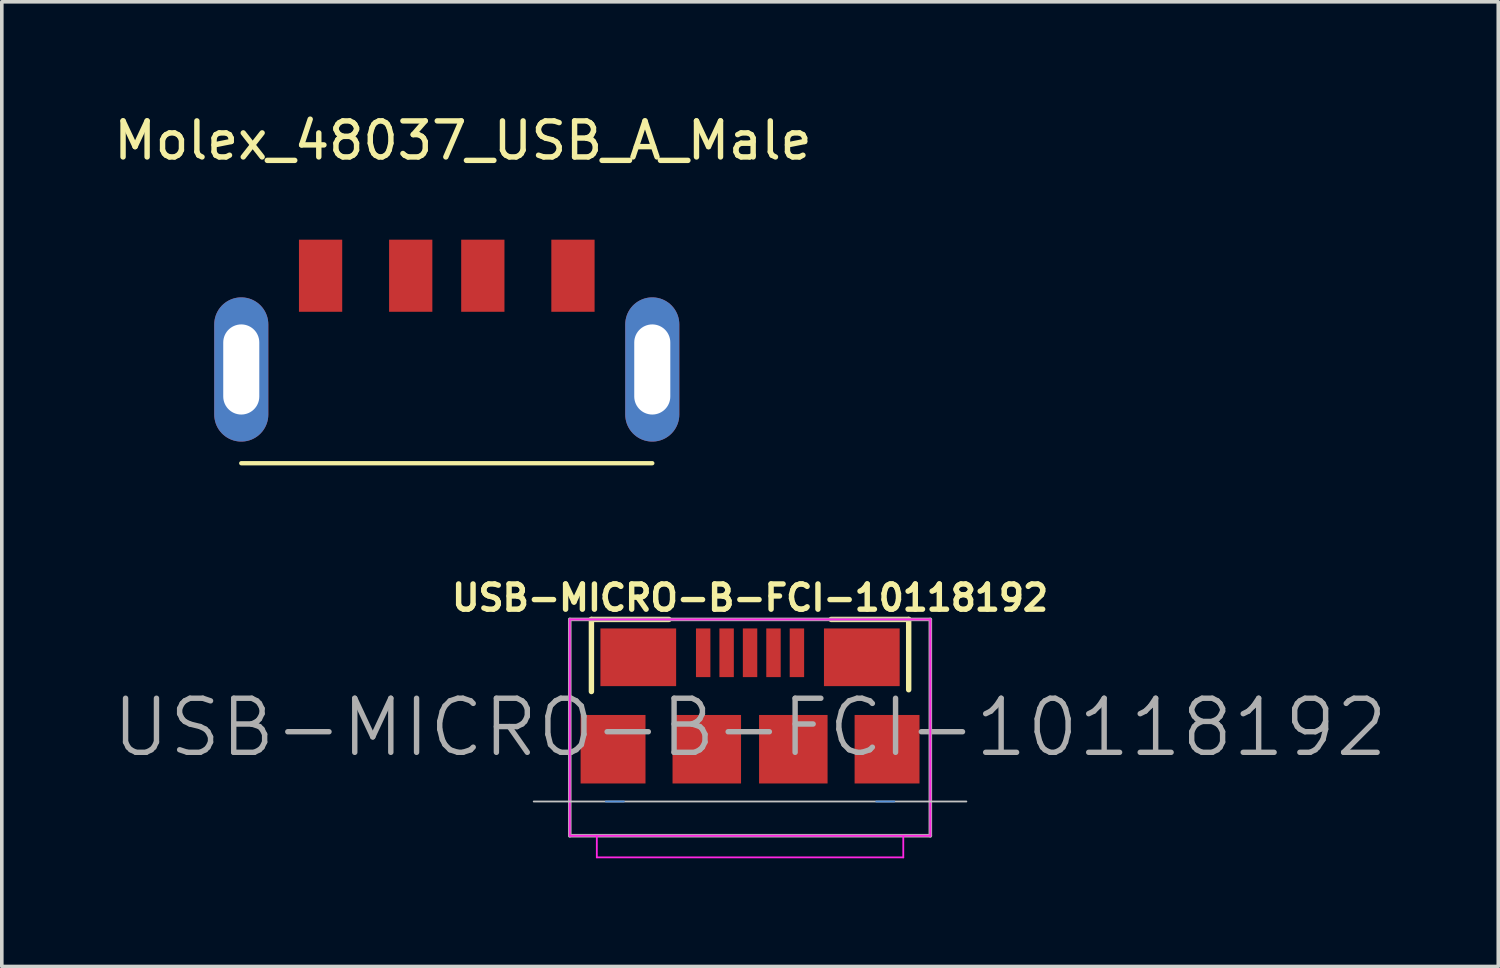
<source format=kicad_pcb>
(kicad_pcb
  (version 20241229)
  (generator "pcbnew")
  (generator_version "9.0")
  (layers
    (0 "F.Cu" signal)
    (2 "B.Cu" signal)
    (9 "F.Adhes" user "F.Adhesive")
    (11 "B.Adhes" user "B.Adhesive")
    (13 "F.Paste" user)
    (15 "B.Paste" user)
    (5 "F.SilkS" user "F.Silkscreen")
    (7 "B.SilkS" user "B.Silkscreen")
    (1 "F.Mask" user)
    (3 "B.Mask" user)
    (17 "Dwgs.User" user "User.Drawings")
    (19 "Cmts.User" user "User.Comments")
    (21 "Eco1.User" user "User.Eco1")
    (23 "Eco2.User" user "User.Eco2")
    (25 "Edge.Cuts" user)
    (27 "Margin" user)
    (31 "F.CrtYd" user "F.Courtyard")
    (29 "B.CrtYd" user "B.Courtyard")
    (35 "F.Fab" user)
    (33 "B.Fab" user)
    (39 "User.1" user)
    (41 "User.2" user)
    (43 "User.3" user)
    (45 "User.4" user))
  (footprint "USB-MICRO-B-FCI-10118192"
    (layer "F.Cu")
    (at 17.754 17.731)
    (property "Reference" "USB-MICRO-B-FCI-10118192" (at 0 -4.2 0) (layer "F.SilkS") (effects (font (size 0.7 0.7) (thickness 0.15))))
    (attr through_hole)
    (fp_line (start -4.4 -3.6) (end -2.25 -3.6) (stroke (width 0.15) (type solid)) (layer "F.SilkS"))
    (fp_line (start -4.4 -1.6) (end -4.4 -3.6) (stroke (width 0.15) (type solid)) (layer "F.SilkS"))
    (fp_line (start 2.25 -3.6) (end 4.4 -3.6) (stroke (width 0.15) (type solid)) (layer "F.SilkS"))
    (fp_line (start 4.4 -3.6) (end 4.4 -1.65) (stroke (width 0.15) (type solid)) (layer "F.SilkS"))
    (fp_line (start 6 1.45) (end -6 1.45) (stroke (width 0.05) (type solid)) (layer "Dwgs.User"))
    (fp_line (start -4 1.45) (end -3.5 1.45) (stroke (width 0.05) (type solid)) (layer "Cmts.User"))
    (fp_line (start 4 1.45) (end 3.5 1.45) (stroke (width 0.05) (type solid)) (layer "Cmts.User"))
    (fp_line (start -5 -3.6) (end -5 2.4) (stroke (width 0.05) (type solid)) (layer "F.CrtYd"))
    (fp_line (start -4.25 3) (end -4.25 2.4) (stroke (width 0.05) (type solid)) (layer "F.CrtYd"))
    (fp_line (start 4.25 2.4) (end 4.25 3) (stroke (width 0.05) (type solid)) (layer "F.CrtYd"))
    (fp_line (start 4.25 3) (end -4.25 3) (stroke (width 0.05) (type solid)) (layer "F.CrtYd"))
    (fp_line (start 5 -3.6) (end -5 -3.6) (stroke (width 0.05) (type solid)) (layer "F.CrtYd"))
    (fp_line (start 5 -3.6) (end 5 2.4) (stroke (width 0.05) (type solid)) (layer "F.CrtYd"))
    (fp_line (start 5 2.4) (end -5 2.4) (stroke (width 0.05) (type solid)) (layer "F.CrtYd"))
    (fp_line (start -5 -3.6) (end 5 -3.6) (stroke (width 0.1) (type solid)) (layer "F.Fab"))
    (fp_line (start -5 2.4) (end -5 -3.6) (stroke (width 0.1) (type solid)) (layer "F.Fab"))
    (fp_line (start 5 -3.6) (end 5 2.4) (stroke (width 0.1) (type solid)) (layer "F.Fab"))
    (fp_line (start 5 2.4) (end -5 2.4) (stroke (width 0.1) (type solid)) (layer "F.Fab"))
    (fp_text user "${REFERENCE}" (at 0 -0.6 0) (layer "F.Fab") (effects (font (size 1.5 1.5) (thickness 0.15))))
    (pad "" smd rect (at -3.8 0) (size 1.8 1.9) (layers "F.Cu" "F.Mask" "F.Paste"))
    (pad "" smd rect (at -1.2 0) (size 1.9 1.9) (layers "F.Cu" "F.Mask" "F.Paste"))
    (pad "" smd rect (at 1.2 0) (size 1.9 1.9) (layers "F.Cu" "F.Mask" "F.Paste"))
    (pad "" smd rect (at 3.8 0) (size 1.8 1.9) (layers "F.Cu" "F.Mask" "F.Paste"))
    (pad "1" smd rect (at -1.3 -2.675) (size 0.4 1.35) (layers "F.Cu" "F.Mask" "F.Paste"))
    (pad "2" smd rect (at -0.65 -2.675) (size 0.4 1.35) (layers "F.Cu" "F.Mask" "F.Paste"))
    (pad "3" smd rect (at 0 -2.675) (size 0.4 1.35) (layers "F.Cu" "F.Mask" "F.Paste"))
    (pad "4" smd rect (at 0.65 -2.675) (size 0.4 1.35) (layers "F.Cu" "F.Mask" "F.Paste"))
    (pad "5" smd rect (at 1.3 -2.675) (size 0.4 1.35) (layers "F.Cu" "F.Mask" "F.Paste"))
    (pad "6" smd rect (at -3.1 -2.55) (size 2.1 1.6) (layers "F.Cu" "F.Mask" "F.Paste"))
    (pad "6" smd rect (at 3.1 -2.55) (size 2.1 1.6) (layers "F.Cu" "F.Mask" "F.Paste")))
  (footprint "Molex_48037_USB_A_Male"
    (layer "F.Cu")
    (at 9.342 7.198)
    (property "Reference" "Molex_48037_USB_A_Male" (at 0.45 -6.35 0) (layer "F.SilkS") (effects (font (size 1 1) (thickness 0.15))))
    (attr through_hole)
    (fp_line (start -5.7 2.6) (end 5.7 2.6) (stroke (width 0.12) (type solid)) (layer "F.SilkS"))
    (pad "1" smd rect (at 3.5 -2.6) (size 1.2 2) (layers "F.Cu" "F.Mask" "F.Paste"))
    (pad "2" smd rect (at 1 -2.6) (size 1.2 2) (layers "F.Cu" "F.Mask" "F.Paste"))
    (pad "3" smd rect (at -1 -2.6) (size 1.2 2) (layers "F.Cu" "F.Mask" "F.Paste"))
    (pad "4" smd rect (at -3.5 -2.6) (size 1.2 2) (layers "F.Cu" "F.Mask" "F.Paste"))
    (pad "5" thru_hole oval (at -5.7 0) (size 1.5 4) (drill oval 1 2.5) (layers "*.Cu" "*.Mask"))
    (pad "5" thru_hole oval (at 5.7 0) (size 1.5 4) (drill oval 1 2.5) (layers "*.Cu" "*.Mask")))
  (gr_rect
    (start -3 -3)
    (end 38.507 23.756)
    (stroke (width 0.1) (type default))
    (fill no)
    (layer "Edge.Cuts")))
</source>
